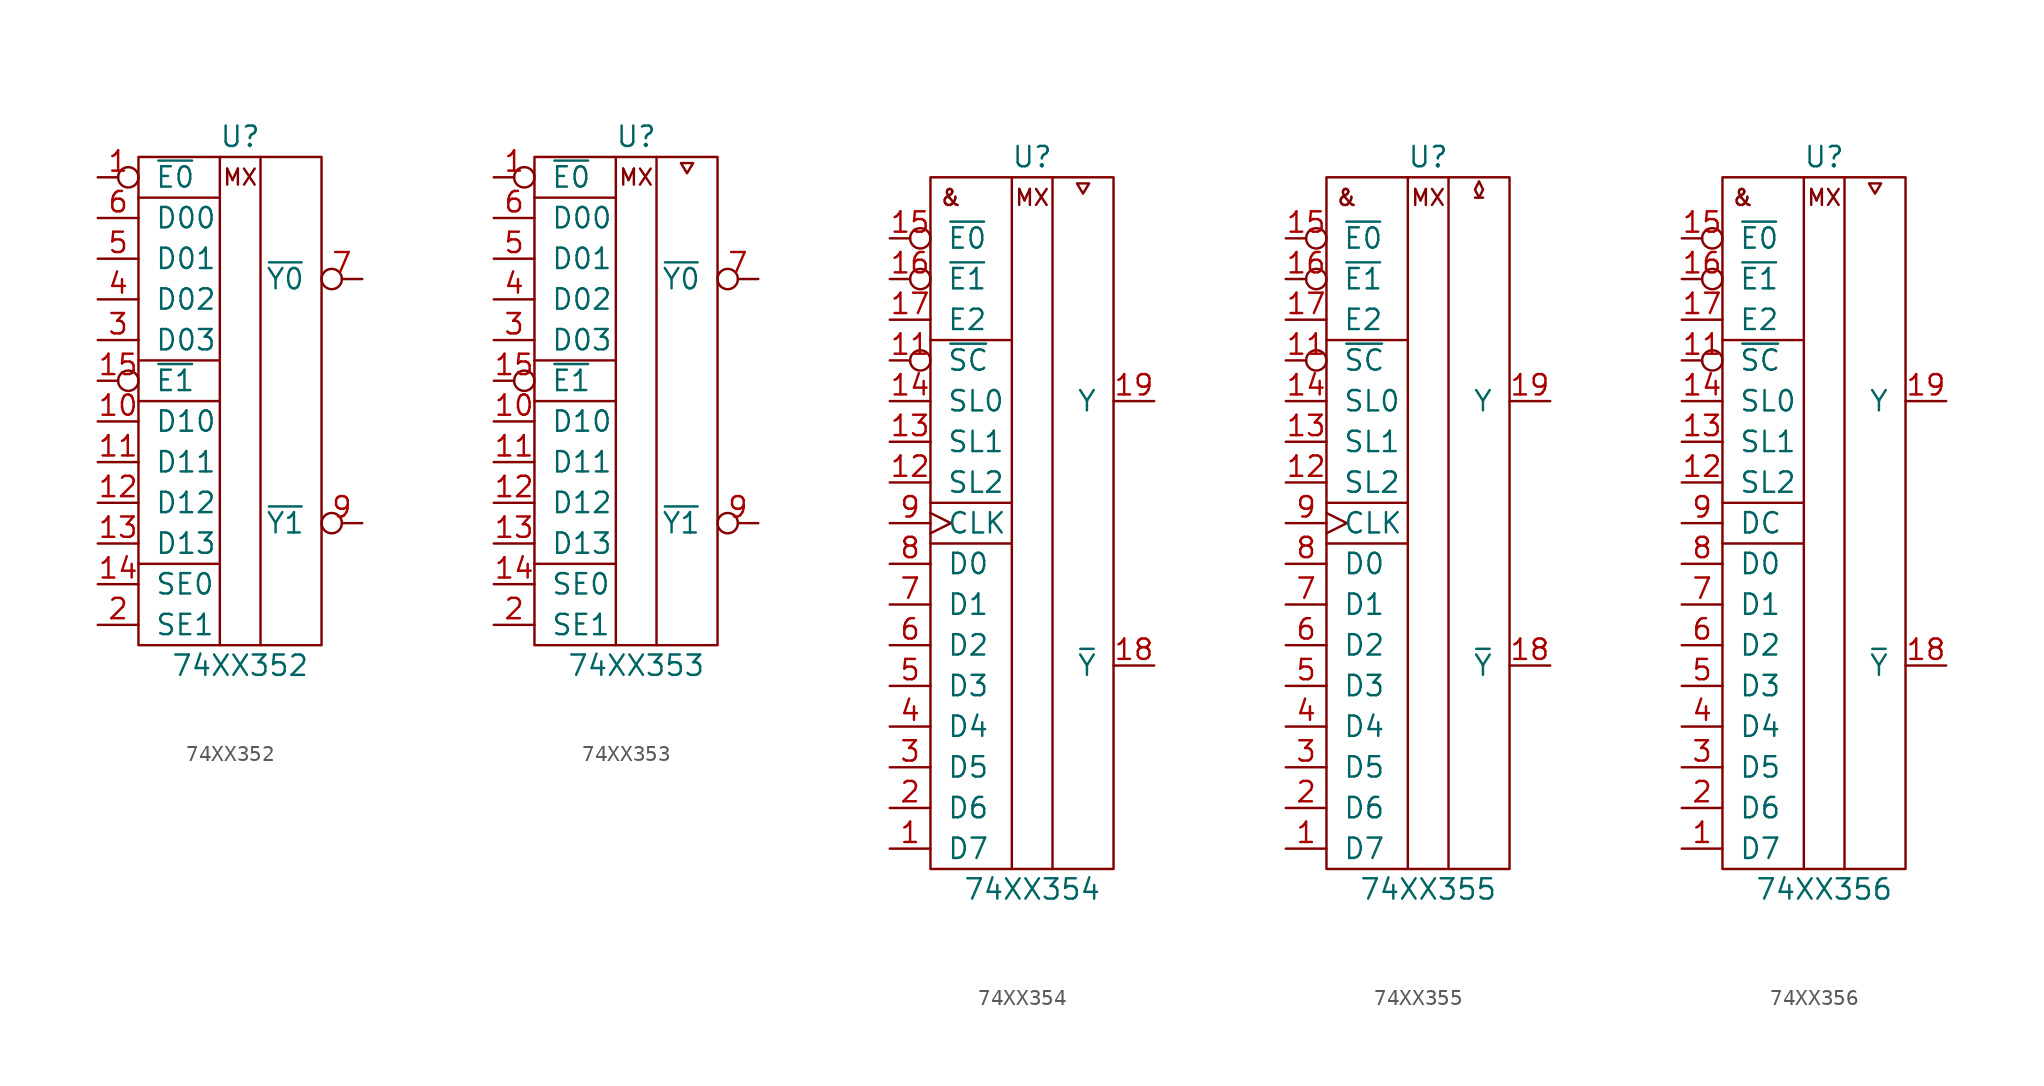
<source format=kicad_sym>
(kicad_symbol_lib
  (version 20211014)
  (generator kicad_symbol_editor)
  (symbol "74XX352"
    (pin_names
      (offset 1.016))
    (property "Reference" "U"
      (at 0 16.51 0)
      (effects (font (size 1.27 1.27))))
    (property "Value" "74XX352"
      (at 0 -16.51 0)
      (effects (font (size 1.27 1.27))))
    (symbol "74XX352_0_0"
      (polyline (pts (xy -6.35 -10.16) (xy -1.27 -10.16)) (stroke (width 0) (type default) (color 0 0 0 0)) (fill (type none)))
      (polyline (pts (xy -6.35 0) (xy -1.27 0)) (stroke (width 0) (type default) (color 0 0 0 0)) (fill (type none)))
      (polyline (pts (xy -6.35 2.54) (xy -1.27 2.54)) (stroke (width 0) (type default) (color 0 0 0 0)) (fill (type none)))
      (polyline (pts (xy -6.35 12.7) (xy -1.27 12.7)) (stroke (width 0) (type default) (color 0 0 0 0)) (fill (type none)))
      (text "MX" (at 0 13.97 0) (effects (font (size 1 1)))))
    (symbol "74XX352_0_1"
      (rectangle (start -6.35 -15.24) (end 5.08 15.24) (stroke (width 0) (type default) (color 0 0 0 0)) (fill (type none)))
      (polyline (pts (xy -1.27 15.24) (xy -1.27 -15.24)) (stroke (width 0) (type default) (color 0 0 0 0)) (fill (type none)))
      (polyline (pts (xy 1.27 -15.24) (xy 1.27 15.24)) (stroke (width 0) (type default) (color 0 0 0 0)) (fill (type none)))
      (pin power_in line (at 5.08 15.24 180) (length 0) hide (name "VCC" (effects (font (size 1.27 1.27)))) (number "16" (effects (font (size 1.27 1.27)))))
      (pin power_in line (at 5.08 -15.24 180) (length 0) hide (name "GND" (effects (font (size 1.27 1.27)))) (number "8" (effects (font (size 1.27 1.27))))))
    (symbol "74XX352_1_1"
      (pin input inverted (at -8.89 13.97 0) (length 2.54) (name "~{E0}" (effects (font (size 1.27 1.27)))) (number "1" (effects (font (size 1.27 1.27)))))
      (pin input line (at -8.89 -1.27 0) (length 2.54) (name "D10" (effects (font (size 1.27 1.27)))) (number "10" (effects (font (size 1.27 1.27)))))
      (pin input line (at -8.89 -3.81 0) (length 2.54) (name "D11" (effects (font (size 1.27 1.27)))) (number "11" (effects (font (size 1.27 1.27)))))
      (pin input line (at -8.89 -6.35 0) (length 2.54) (name "D12" (effects (font (size 1.27 1.27)))) (number "12" (effects (font (size 1.27 1.27)))))
      (pin input line (at -8.89 -8.89 0) (length 2.54) (name "D13" (effects (font (size 1.27 1.27)))) (number "13" (effects (font (size 1.27 1.27)))))
      (pin input line (at -8.89 -11.43 0) (length 2.54) (name "SE0" (effects (font (size 1.27 1.27)))) (number "14" (effects (font (size 1.27 1.27)))))
      (pin input inverted (at -8.89 1.27 0) (length 2.54) (name "~{E1}" (effects (font (size 1.27 1.27)))) (number "15" (effects (font (size 1.27 1.27)))))
      (pin input line (at -8.89 -13.97 0) (length 2.54) (name "SE1" (effects (font (size 1.27 1.27)))) (number "2" (effects (font (size 1.27 1.27)))))
      (pin input line (at -8.89 3.81 0) (length 2.54) (name "D03" (effects (font (size 1.27 1.27)))) (number "3" (effects (font (size 1.27 1.27)))))
      (pin input line (at -8.89 6.35 0) (length 2.54) (name "D02" (effects (font (size 1.27 1.27)))) (number "4" (effects (font (size 1.27 1.27)))))
      (pin input line (at -8.89 8.89 0) (length 2.54) (name "D01" (effects (font (size 1.27 1.27)))) (number "5" (effects (font (size 1.27 1.27)))))
      (pin input line (at -8.89 11.43 0) (length 2.54) (name "D00" (effects (font (size 1.27 1.27)))) (number "6" (effects (font (size 1.27 1.27)))))
      (pin output inverted (at 7.62 7.62 180) (length 2.54) (name "~{Y0}" (effects (font (size 1.27 1.27)))) (number "7" (effects (font (size 1.27 1.27)))))
      (pin output inverted (at 7.62 -7.62 180) (length 2.54) (name "~{Y1}" (effects (font (size 1.27 1.27)))) (number "9" (effects (font (size 1.27 1.27)))))))
  (symbol "74XX353"
    (pin_names
      (offset 1.016))
    (property "Reference" "U"
      (at 0 16.51 0)
      (effects (font (size 1.27 1.27))))
    (property "Value" "74XX353"
      (at 0 -16.51 0)
      (effects (font (size 1.27 1.27))))
    (symbol "74XX353_0_0"
      (polyline (pts (xy -6.35 -10.16) (xy -1.27 -10.16)) (stroke (width 0) (type default) (color 0 0 0 0)) (fill (type none)))
      (polyline (pts (xy -6.35 0) (xy -1.27 0)) (stroke (width 0) (type default) (color 0 0 0 0)) (fill (type none)))
      (polyline (pts (xy -6.35 2.54) (xy -1.27 2.54)) (stroke (width 0) (type default) (color 0 0 0 0)) (fill (type none)))
      (polyline (pts (xy -6.35 12.7) (xy -1.27 12.7)) (stroke (width 0) (type default) (color 0 0 0 0)) (fill (type none)))
      (text "MX" (at 0 13.97 0) (effects (font (size 1 1)))))
    (symbol "74XX353_0_1"
      (rectangle (start -6.35 -15.24) (end 5.08 15.24) (stroke (width 0) (type default) (color 0 0 0 0)) (fill (type none)))
      (polyline (pts (xy -1.27 15.24) (xy -1.27 -15.24)) (stroke (width 0) (type default) (color 0 0 0 0)) (fill (type none)))
      (polyline (pts (xy 1.27 -15.24) (xy 1.27 15.24)) (stroke (width 0) (type default) (color 0 0 0 0)) (fill (type none)))
      (polyline (pts (xy 3.175 14.224) (xy 2.794 14.859) (xy 3.556 14.859) (xy 3.175 14.224)) (stroke (width 0) (type default) (color 0 0 0 0)) (fill (type none)))
      (pin power_in line (at 5.08 15.24 180) (length 0) hide (name "VCC" (effects (font (size 1.27 1.27)))) (number "16" (effects (font (size 1.27 1.27)))))
      (pin power_in line (at 5.08 -15.24 180) (length 0) hide (name "GND" (effects (font (size 1.27 1.27)))) (number "8" (effects (font (size 1.27 1.27))))))
    (symbol "74XX353_1_1"
      (pin input inverted (at -8.89 13.97 0) (length 2.54) (name "~{E0}" (effects (font (size 1.27 1.27)))) (number "1" (effects (font (size 1.27 1.27)))))
      (pin input line (at -8.89 -1.27 0) (length 2.54) (name "D10" (effects (font (size 1.27 1.27)))) (number "10" (effects (font (size 1.27 1.27)))))
      (pin input line (at -8.89 -3.81 0) (length 2.54) (name "D11" (effects (font (size 1.27 1.27)))) (number "11" (effects (font (size 1.27 1.27)))))
      (pin input line (at -8.89 -6.35 0) (length 2.54) (name "D12" (effects (font (size 1.27 1.27)))) (number "12" (effects (font (size 1.27 1.27)))))
      (pin input line (at -8.89 -8.89 0) (length 2.54) (name "D13" (effects (font (size 1.27 1.27)))) (number "13" (effects (font (size 1.27 1.27)))))
      (pin input line (at -8.89 -11.43 0) (length 2.54) (name "SE0" (effects (font (size 1.27 1.27)))) (number "14" (effects (font (size 1.27 1.27)))))
      (pin input inverted (at -8.89 1.27 0) (length 2.54) (name "~{E1}" (effects (font (size 1.27 1.27)))) (number "15" (effects (font (size 1.27 1.27)))))
      (pin input line (at -8.89 -13.97 0) (length 2.54) (name "SE1" (effects (font (size 1.27 1.27)))) (number "2" (effects (font (size 1.27 1.27)))))
      (pin input line (at -8.89 3.81 0) (length 2.54) (name "D03" (effects (font (size 1.27 1.27)))) (number "3" (effects (font (size 1.27 1.27)))))
      (pin input line (at -8.89 6.35 0) (length 2.54) (name "D02" (effects (font (size 1.27 1.27)))) (number "4" (effects (font (size 1.27 1.27)))))
      (pin input line (at -8.89 8.89 0) (length 2.54) (name "D01" (effects (font (size 1.27 1.27)))) (number "5" (effects (font (size 1.27 1.27)))))
      (pin input line (at -8.89 11.43 0) (length 2.54) (name "D00" (effects (font (size 1.27 1.27)))) (number "6" (effects (font (size 1.27 1.27)))))
      (pin tri_state inverted (at 7.62 7.62 180) (length 2.54) (name "~{Y0}" (effects (font (size 1.27 1.27)))) (number "7" (effects (font (size 1.27 1.27)))))
      (pin output inverted (at 7.62 -7.62 180) (length 2.54) (name "~{Y1}" (effects (font (size 1.27 1.27)))) (number "9" (effects (font (size 1.27 1.27)))))))
  (symbol "74XX354"
    (pin_names
      (offset 1.016))
    (property "Reference" "U"
      (at 0 22.86 0)
      (effects (font (size 1.27 1.27))))
    (property "Value" "74XX354"
      (at 0 -22.86 0)
      (effects (font (size 1.27 1.27))))
    (symbol "74XX354_0_0"
      (text "&" (at -5.08 20.32 0) (effects (font (size 1 1))))
      (text "MX" (at 0 20.32 0) (effects (font (size 1 1)))))
    (symbol "74XX354_0_1"
      (rectangle (start -6.35 21.59) (end 5.08 -21.59) (stroke (width 0) (type default) (color 0 0 0 0)) (fill (type none)))
      (polyline (pts (xy -6.35 -1.27) (xy -1.27 -1.27)) (stroke (width 0) (type default) (color 0 0 0 0)) (fill (type none)))
      (polyline (pts (xy -6.35 1.27) (xy -1.27 1.27)) (stroke (width 0) (type default) (color 0 0 0 0)) (fill (type none)))
      (polyline (pts (xy -6.35 11.43) (xy -1.27 11.43)) (stroke (width 0) (type default) (color 0 0 0 0)) (fill (type none)))
      (polyline (pts (xy -1.27 21.59) (xy -1.27 -21.59)) (stroke (width 0) (type default) (color 0 0 0 0)) (fill (type none)))
      (polyline (pts (xy 1.27 -21.59) (xy 1.27 21.59)) (stroke (width 0) (type default) (color 0 0 0 0)) (fill (type none)))
      (polyline (pts (xy 3.175 20.574) (xy 2.794 21.209) (xy 3.556 21.209) (xy 3.175 20.574)) (stroke (width 0) (type default) (color 0 0 0 0)) (fill (type none)))
      (pin power_in line (at 5.08 -21.59 180) (length 0) hide (name "GND" (effects (font (size 1.27 1.27)))) (number "10" (effects (font (size 1.27 1.27)))))
      (pin power_in line (at 5.08 21.59 180) (length 0) hide (name "VCC" (effects (font (size 1.27 1.27)))) (number "20" (effects (font (size 1.27 1.27))))))
    (symbol "74XX354_1_1"
      (pin input line (at -8.89 -20.32 0) (length 2.54) (name "D7" (effects (font (size 1.27 1.27)))) (number "1" (effects (font (size 1.27 1.27)))))
      (pin input inverted (at -8.89 10.16 0) (length 2.54) (name "~{SC}" (effects (font (size 1.27 1.27)))) (number "11" (effects (font (size 1.27 1.27)))))
      (pin input line (at -8.89 2.54 0) (length 2.54) (name "SL2" (effects (font (size 1.27 1.27)))) (number "12" (effects (font (size 1.27 1.27)))))
      (pin input line (at -8.89 5.08 0) (length 2.54) (name "SL1" (effects (font (size 1.27 1.27)))) (number "13" (effects (font (size 1.27 1.27)))))
      (pin input line (at -8.89 7.62 0) (length 2.54) (name "SL0" (effects (font (size 1.27 1.27)))) (number "14" (effects (font (size 1.27 1.27)))))
      (pin input inverted (at -8.89 17.78 0) (length 2.54) (name "~{E0}" (effects (font (size 1.27 1.27)))) (number "15" (effects (font (size 1.27 1.27)))))
      (pin input inverted (at -8.89 15.24 0) (length 2.54) (name "~{E1}" (effects (font (size 1.27 1.27)))) (number "16" (effects (font (size 1.27 1.27)))))
      (pin input line (at -8.89 12.7 0) (length 2.54) (name "E2" (effects (font (size 1.27 1.27)))) (number "17" (effects (font (size 1.27 1.27)))))
      (pin tri_state line (at 7.62 -8.89 180) (length 2.54) (name "~{Y}" (effects (font (size 1.27 1.27)))) (number "18" (effects (font (size 1.27 1.27)))))
      (pin tri_state line (at 7.62 7.62 180) (length 2.54) (name "Y" (effects (font (size 1.27 1.27)))) (number "19" (effects (font (size 1.27 1.27)))))
      (pin input line (at -8.89 -17.78 0) (length 2.54) (name "D6" (effects (font (size 1.27 1.27)))) (number "2" (effects (font (size 1.27 1.27)))))
      (pin input line (at -8.89 -15.24 0) (length 2.54) (name "D5" (effects (font (size 1.27 1.27)))) (number "3" (effects (font (size 1.27 1.27)))))
      (pin input line (at -8.89 -12.7 0) (length 2.54) (name "D4" (effects (font (size 1.27 1.27)))) (number "4" (effects (font (size 1.27 1.27)))))
      (pin input line (at -8.89 -10.16 0) (length 2.54) (name "D3" (effects (font (size 1.27 1.27)))) (number "5" (effects (font (size 1.27 1.27)))))
      (pin input line (at -8.89 -7.62 0) (length 2.54) (name "D2" (effects (font (size 1.27 1.27)))) (number "6" (effects (font (size 1.27 1.27)))))
      (pin input line (at -8.89 -5.08 0) (length 2.54) (name "D1" (effects (font (size 1.27 1.27)))) (number "7" (effects (font (size 1.27 1.27)))))
      (pin input line (at -8.89 -2.54 0) (length 2.54) (name "D0" (effects (font (size 1.27 1.27)))) (number "8" (effects (font (size 1.27 1.27)))))
      (pin input clock (at -8.89 0 0) (length 2.54) (name "CLK" (effects (font (size 1.27 1.27)))) (number "9" (effects (font (size 1.27 1.27)))))))
  (symbol "74XX355"
    (pin_names
      (offset 1.016))
    (property "Reference" "U"
      (at 0 22.86 0)
      (effects (font (size 1.27 1.27))))
    (property "Value" "74XX355"
      (at 0 -22.86 0)
      (effects (font (size 1.27 1.27))))
    (symbol "74XX355_0_0"
      (text "&" (at -5.08 20.32 0) (effects (font (size 1 1))))
      (text "MX" (at 0 20.32 0) (effects (font (size 1 1)))))
    (symbol "74XX355_0_1"
      (rectangle (start -6.35 21.59) (end 5.08 -21.59) (stroke (width 0) (type default) (color 0 0 0 0)) (fill (type none)))
      (polyline (pts (xy -6.35 -1.27) (xy -1.27 -1.27)) (stroke (width 0) (type default) (color 0 0 0 0)) (fill (type none)))
      (polyline (pts (xy -6.35 1.27) (xy -1.27 1.27)) (stroke (width 0) (type default) (color 0 0 0 0)) (fill (type none)))
      (polyline (pts (xy -6.35 11.43) (xy -1.27 11.43)) (stroke (width 0) (type default) (color 0 0 0 0)) (fill (type none)))
      (polyline (pts (xy -1.27 21.59) (xy -1.27 -21.59)) (stroke (width 0) (type default) (color 0 0 0 0)) (fill (type none)))
      (polyline (pts (xy 1.27 -21.59) (xy 1.27 21.59)) (stroke (width 0) (type default) (color 0 0 0 0)) (fill (type none)))
      (polyline (pts (xy 2.921 20.32) (xy 3.429 20.32)) (stroke (width 0) (type default) (color 0 0 0 0)) (fill (type none)))
      (polyline (pts (xy 3.175 21.336) (xy 2.921 20.828) (xy 3.175 20.32) (xy 3.429 20.828) (xy 3.175 21.336)) (stroke (width 0) (type default) (color 0 0 0 0)) (fill (type none)))
      (pin power_in line (at 5.08 -21.59 180) (length 0) hide (name "GND" (effects (font (size 1.27 1.27)))) (number "10" (effects (font (size 1.27 1.27)))))
      (pin power_in line (at 5.08 21.59 180) (length 0) hide (name "VCC" (effects (font (size 1.27 1.27)))) (number "20" (effects (font (size 1.27 1.27))))))
    (symbol "74XX355_1_1"
      (pin input line (at -8.89 -20.32 0) (length 2.54) (name "D7" (effects (font (size 1.27 1.27)))) (number "1" (effects (font (size 1.27 1.27)))))
      (pin input inverted (at -8.89 10.16 0) (length 2.54) (name "~{SC}" (effects (font (size 1.27 1.27)))) (number "11" (effects (font (size 1.27 1.27)))))
      (pin input line (at -8.89 2.54 0) (length 2.54) (name "SL2" (effects (font (size 1.27 1.27)))) (number "12" (effects (font (size 1.27 1.27)))))
      (pin input line (at -8.89 5.08 0) (length 2.54) (name "SL1" (effects (font (size 1.27 1.27)))) (number "13" (effects (font (size 1.27 1.27)))))
      (pin input line (at -8.89 7.62 0) (length 2.54) (name "SL0" (effects (font (size 1.27 1.27)))) (number "14" (effects (font (size 1.27 1.27)))))
      (pin input inverted (at -8.89 17.78 0) (length 2.54) (name "~{E0}" (effects (font (size 1.27 1.27)))) (number "15" (effects (font (size 1.27 1.27)))))
      (pin input inverted (at -8.89 15.24 0) (length 2.54) (name "~{E1}" (effects (font (size 1.27 1.27)))) (number "16" (effects (font (size 1.27 1.27)))))
      (pin input line (at -8.89 12.7 0) (length 2.54) (name "E2" (effects (font (size 1.27 1.27)))) (number "17" (effects (font (size 1.27 1.27)))))
      (pin open_collector line (at 7.62 -8.89 180) (length 2.54) (name "~{Y}" (effects (font (size 1.27 1.27)))) (number "18" (effects (font (size 1.27 1.27)))))
      (pin open_collector line (at 7.62 7.62 180) (length 2.54) (name "Y" (effects (font (size 1.27 1.27)))) (number "19" (effects (font (size 1.27 1.27)))))
      (pin input line (at -8.89 -17.78 0) (length 2.54) (name "D6" (effects (font (size 1.27 1.27)))) (number "2" (effects (font (size 1.27 1.27)))))
      (pin input line (at -8.89 -15.24 0) (length 2.54) (name "D5" (effects (font (size 1.27 1.27)))) (number "3" (effects (font (size 1.27 1.27)))))
      (pin input line (at -8.89 -12.7 0) (length 2.54) (name "D4" (effects (font (size 1.27 1.27)))) (number "4" (effects (font (size 1.27 1.27)))))
      (pin input line (at -8.89 -10.16 0) (length 2.54) (name "D3" (effects (font (size 1.27 1.27)))) (number "5" (effects (font (size 1.27 1.27)))))
      (pin input line (at -8.89 -7.62 0) (length 2.54) (name "D2" (effects (font (size 1.27 1.27)))) (number "6" (effects (font (size 1.27 1.27)))))
      (pin input line (at -8.89 -5.08 0) (length 2.54) (name "D1" (effects (font (size 1.27 1.27)))) (number "7" (effects (font (size 1.27 1.27)))))
      (pin input line (at -8.89 -2.54 0) (length 2.54) (name "D0" (effects (font (size 1.27 1.27)))) (number "8" (effects (font (size 1.27 1.27)))))
      (pin input clock (at -8.89 0 0) (length 2.54) (name "CLK" (effects (font (size 1.27 1.27)))) (number "9" (effects (font (size 1.27 1.27)))))))
  (symbol "74XX356"
    (pin_names
      (offset 1.016))
    (property "Reference" "U"
      (at 0 22.86 0)
      (effects (font (size 1.27 1.27))))
    (property "Value" "74XX356"
      (at 0 -22.86 0)
      (effects (font (size 1.27 1.27))))
    (symbol "74XX356_0_0"
      (text "&" (at -5.08 20.32 0) (effects (font (size 1 1))))
      (text "MX" (at 0 20.32 0) (effects (font (size 1 1)))))
    (symbol "74XX356_0_1"
      (rectangle (start -6.35 21.59) (end 5.08 -21.59) (stroke (width 0) (type default) (color 0 0 0 0)) (fill (type none)))
      (polyline (pts (xy -6.35 -1.27) (xy -1.27 -1.27)) (stroke (width 0) (type default) (color 0 0 0 0)) (fill (type none)))
      (polyline (pts (xy -6.35 1.27) (xy -1.27 1.27)) (stroke (width 0) (type default) (color 0 0 0 0)) (fill (type none)))
      (polyline (pts (xy -6.35 11.43) (xy -1.27 11.43)) (stroke (width 0) (type default) (color 0 0 0 0)) (fill (type none)))
      (polyline (pts (xy -1.27 21.59) (xy -1.27 -21.59)) (stroke (width 0) (type default) (color 0 0 0 0)) (fill (type none)))
      (polyline (pts (xy 1.27 -21.59) (xy 1.27 21.59)) (stroke (width 0) (type default) (color 0 0 0 0)) (fill (type none)))
      (polyline (pts (xy 3.175 20.574) (xy 2.794 21.209) (xy 3.556 21.209) (xy 3.175 20.574)) (stroke (width 0) (type default) (color 0 0 0 0)) (fill (type none)))
      (pin power_in line (at 5.08 -21.59 180) (length 0) hide (name "GND" (effects (font (size 1.27 1.27)))) (number "10" (effects (font (size 1.27 1.27)))))
      (pin power_in line (at 5.08 21.59 180) (length 0) hide (name "VCC" (effects (font (size 1.27 1.27)))) (number "20" (effects (font (size 1.27 1.27))))))
    (symbol "74XX356_1_1"
      (pin input line (at -8.89 -20.32 0) (length 2.54) (name "D7" (effects (font (size 1.27 1.27)))) (number "1" (effects (font (size 1.27 1.27)))))
      (pin input inverted (at -8.89 10.16 0) (length 2.54) (name "~{SC}" (effects (font (size 1.27 1.27)))) (number "11" (effects (font (size 1.27 1.27)))))
      (pin input line (at -8.89 2.54 0) (length 2.54) (name "SL2" (effects (font (size 1.27 1.27)))) (number "12" (effects (font (size 1.27 1.27)))))
      (pin input line (at -8.89 5.08 0) (length 2.54) (name "SL1" (effects (font (size 1.27 1.27)))) (number "13" (effects (font (size 1.27 1.27)))))
      (pin input line (at -8.89 7.62 0) (length 2.54) (name "SL0" (effects (font (size 1.27 1.27)))) (number "14" (effects (font (size 1.27 1.27)))))
      (pin input inverted (at -8.89 17.78 0) (length 2.54) (name "~{E0}" (effects (font (size 1.27 1.27)))) (number "15" (effects (font (size 1.27 1.27)))))
      (pin input inverted (at -8.89 15.24 0) (length 2.54) (name "~{E1}" (effects (font (size 1.27 1.27)))) (number "16" (effects (font (size 1.27 1.27)))))
      (pin input line (at -8.89 12.7 0) (length 2.54) (name "E2" (effects (font (size 1.27 1.27)))) (number "17" (effects (font (size 1.27 1.27)))))
      (pin tri_state line (at 7.62 -8.89 180) (length 2.54) (name "~{Y}" (effects (font (size 1.27 1.27)))) (number "18" (effects (font (size 1.27 1.27)))))
      (pin tri_state line (at 7.62 7.62 180) (length 2.54) (name "Y" (effects (font (size 1.27 1.27)))) (number "19" (effects (font (size 1.27 1.27)))))
      (pin input line (at -8.89 -17.78 0) (length 2.54) (name "D6" (effects (font (size 1.27 1.27)))) (number "2" (effects (font (size 1.27 1.27)))))
      (pin input line (at -8.89 -15.24 0) (length 2.54) (name "D5" (effects (font (size 1.27 1.27)))) (number "3" (effects (font (size 1.27 1.27)))))
      (pin input line (at -8.89 -12.7 0) (length 2.54) (name "D4" (effects (font (size 1.27 1.27)))) (number "4" (effects (font (size 1.27 1.27)))))
      (pin input line (at -8.89 -10.16 0) (length 2.54) (name "D3" (effects (font (size 1.27 1.27)))) (number "5" (effects (font (size 1.27 1.27)))))
      (pin input line (at -8.89 -7.62 0) (length 2.54) (name "D2" (effects (font (size 1.27 1.27)))) (number "6" (effects (font (size 1.27 1.27)))))
      (pin input line (at -8.89 -5.08 0) (length 2.54) (name "D1" (effects (font (size 1.27 1.27)))) (number "7" (effects (font (size 1.27 1.27)))))
      (pin input line (at -8.89 -2.54 0) (length 2.54) (name "D0" (effects (font (size 1.27 1.27)))) (number "8" (effects (font (size 1.27 1.27)))))
      (pin input line (at -8.89 0 0) (length 2.54) (name "DC" (effects (font (size 1.27 1.27)))) (number "9" (effects (font (size 1.27 1.27))))))))
</source>
